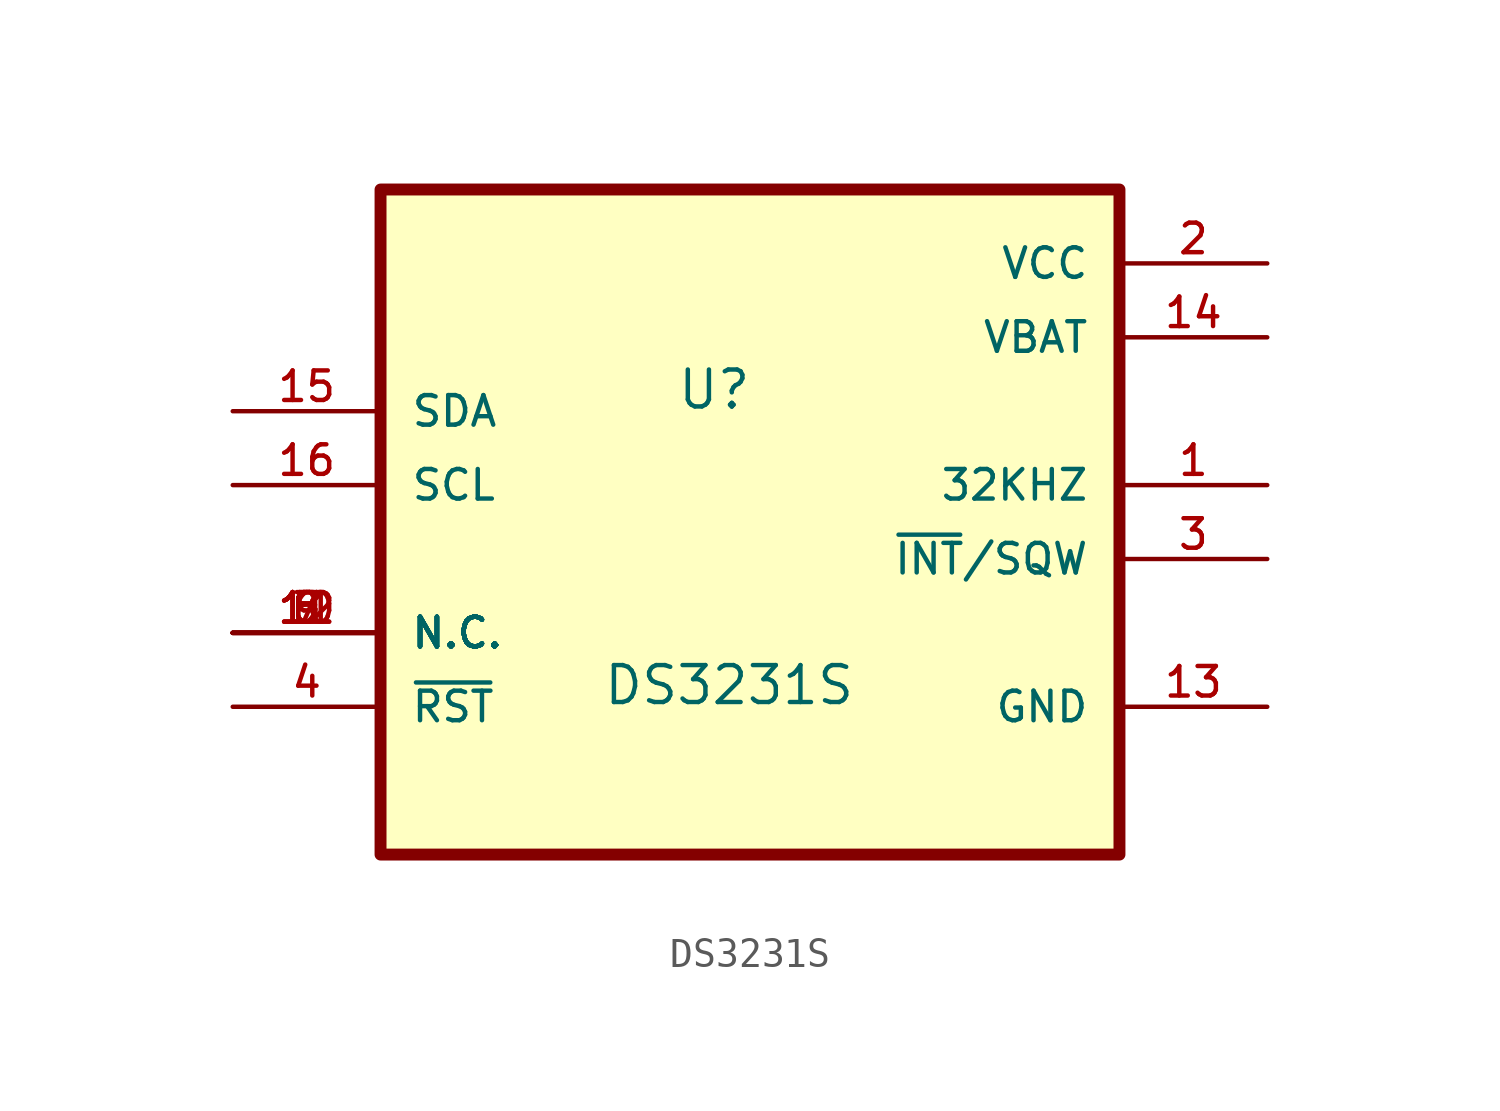
<source format=kicad_sym>
(kicad_symbol_lib
  (version 20220914)
  (generator kicad_symbol_editor)
  (symbol "DS3231S"
    (pin_names
      (offset 1.016))
    (property "Reference" "U"
      (at -2.54 12.7 0)
      (effects (font (size 1.27 1.27)) (justify left bottom)))
    (property "Value" "DS3231S"
      (at -5.08 2.54 0)
      (effects (font (size 1.27 1.27)) (justify left bottom)))
    (symbol "DS3231S_0_0"
      (rectangle (start -12.7 20.32) (end 12.7 -2.54) (stroke (width 0.41) (type default)) (fill (type background)))
      (pin output line (at 17.78 10.16 180) (length 5.08) (name "32KHZ" (effects (font (size 1.016 1.016)))) (number "1" (effects (font (size 1.016 1.016)))))
      (pin bidirectional line (at -17.78 5.08 0) (length 5.08) (name "N.C." (effects (font (size 1.016 1.016)))) (number "10" (effects (font (size 1.016 1.016)))))
      (pin bidirectional line (at -17.78 5.08 0) (length 5.08) (name "N.C." (effects (font (size 1.016 1.016)))) (number "11" (effects (font (size 1.016 1.016)))))
      (pin bidirectional line (at -17.78 5.08 0) (length 5.08) (name "N.C." (effects (font (size 1.016 1.016)))) (number "12" (effects (font (size 1.016 1.016)))))
      (pin power_in line (at 17.78 2.54 180) (length 5.08) (name "GND" (effects (font (size 1.016 1.016)))) (number "13" (effects (font (size 1.016 1.016)))))
      (pin power_in line (at 17.78 15.24 180) (length 5.08) (name "VBAT" (effects (font (size 1.016 1.016)))) (number "14" (effects (font (size 1.016 1.016)))))
      (pin bidirectional line (at -17.78 12.7 0) (length 5.08) (name "SDA" (effects (font (size 1.016 1.016)))) (number "15" (effects (font (size 1.016 1.016)))))
      (pin input line (at -17.78 10.16 0) (length 5.08) (name "SCL" (effects (font (size 1.016 1.016)))) (number "16" (effects (font (size 1.016 1.016)))))
      (pin power_in line (at 17.78 17.78 180) (length 5.08) (name "VCC" (effects (font (size 1.016 1.016)))) (number "2" (effects (font (size 1.016 1.016)))))
      (pin output line (at 17.78 7.62 180) (length 5.08) (name "~{INT}/SQW" (effects (font (size 1.016 1.016)))) (number "3" (effects (font (size 1.016 1.016)))))
      (pin bidirectional line (at -17.78 2.54 0) (length 5.08) (name "~{RST}" (effects (font (size 1.016 1.016)))) (number "4" (effects (font (size 1.016 1.016)))))
      (pin bidirectional line (at -17.78 5.08 0) (length 5.08) (name "N.C." (effects (font (size 1.016 1.016)))) (number "5" (effects (font (size 1.016 1.016)))))
      (pin bidirectional line (at -17.78 5.08 0) (length 5.08) (name "N.C." (effects (font (size 1.016 1.016)))) (number "6" (effects (font (size 1.016 1.016)))))
      (pin bidirectional line (at -17.78 5.08 0) (length 5.08) (name "N.C." (effects (font (size 1.016 1.016)))) (number "7" (effects (font (size 1.016 1.016)))))
      (pin bidirectional line (at -17.78 5.08 0) (length 5.08) (name "N.C." (effects (font (size 1.016 1.016)))) (number "8" (effects (font (size 1.016 1.016)))))
      (pin bidirectional line (at -17.78 5.08 0) (length 5.08) (name "N.C." (effects (font (size 1.016 1.016)))) (number "9" (effects (font (size 1.016 1.016))))))))
</source>
